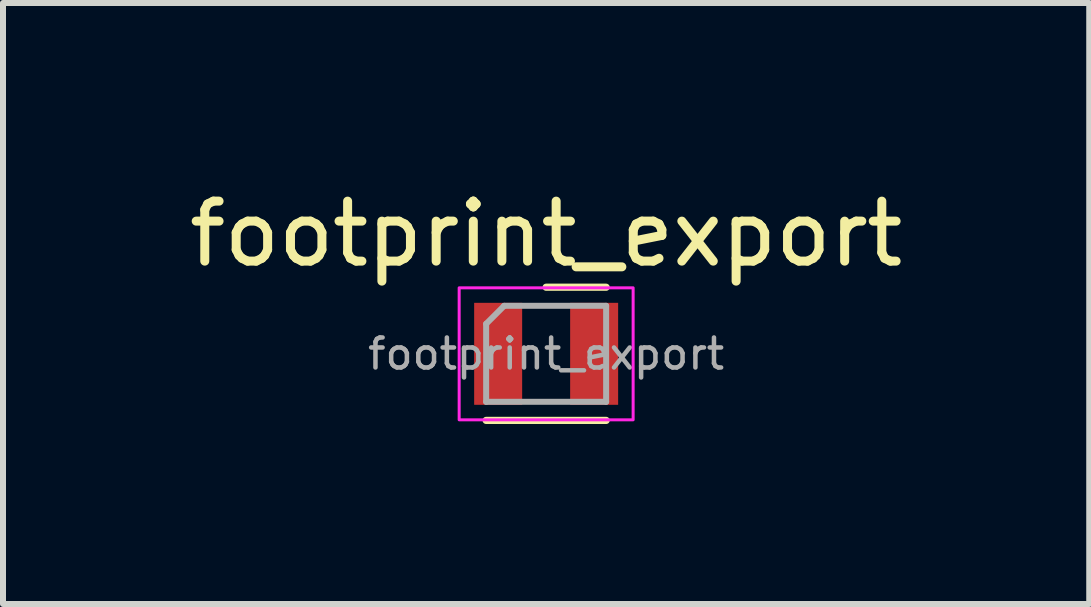
<source format=kicad_pcb>
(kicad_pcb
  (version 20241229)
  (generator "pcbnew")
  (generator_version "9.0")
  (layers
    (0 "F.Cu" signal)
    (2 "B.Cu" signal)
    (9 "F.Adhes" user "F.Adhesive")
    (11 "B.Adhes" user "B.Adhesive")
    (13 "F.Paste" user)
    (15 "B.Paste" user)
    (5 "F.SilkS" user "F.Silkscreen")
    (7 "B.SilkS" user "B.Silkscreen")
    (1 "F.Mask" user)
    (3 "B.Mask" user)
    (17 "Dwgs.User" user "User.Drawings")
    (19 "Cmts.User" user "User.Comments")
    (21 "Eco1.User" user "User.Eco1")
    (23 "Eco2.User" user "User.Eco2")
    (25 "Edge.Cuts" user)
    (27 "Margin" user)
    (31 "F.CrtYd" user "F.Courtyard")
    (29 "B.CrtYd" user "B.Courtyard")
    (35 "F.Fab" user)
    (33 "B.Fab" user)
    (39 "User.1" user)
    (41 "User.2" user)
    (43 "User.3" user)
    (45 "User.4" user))
  (footprint "footprint_export"
    (layer "F.Cu")
    (at 6.054 2.848)
    (property "Reference" "footprint_export" (at 0 -2 0) (unlocked yes) (layer "F.SilkS") (effects (font (size 1 1) (thickness 0.15))))
    (attr smd)
    (fp_line (start -1 1.11) (end 1 1.11) (stroke (width 0.12) (type solid)) (layer "F.SilkS"))
    (fp_line (start 0 -1.11) (end 1 -1.11) (stroke (width 0.12) (type solid)) (layer "F.SilkS"))
    (fp_rect (start -1.45 -1.1) (end 1.45 1.1) (stroke (width 0.05) (type solid)) (fill no) (layer "F.CrtYd"))
    (fp_line (start -1 -0.5) (end -1 0.8) (stroke (width 0.1) (type solid)) (layer "F.Fab"))
    (fp_line (start -1 0.8) (end 1 0.8) (stroke (width 0.1) (type solid)) (layer "F.Fab"))
    (fp_line (start -0.7 -0.8) (end -1 -0.5) (stroke (width 0.1) (type solid)) (layer "F.Fab"))
    (fp_line (start -0.7 -0.8) (end 1 -0.8) (stroke (width 0.1) (type solid)) (layer "F.Fab"))
    (fp_line (start 1 -0.8) (end 1 0.8) (stroke (width 0.1) (type solid)) (layer "F.Fab"))
    (fp_text user "${REFERENCE}" (at 0 0 0) (unlocked yes) (layer "F.Fab") (effects (font (size 0.5 0.5) (thickness 0.075))))
    (pad "1" smd rect (at -0.8 0) (size 0.8 1.7) (layers "F.Cu" "F.Mask" "F.Paste"))
    (pad "2" smd rect (at 0.8 0) (size 0.8 1.7) (layers "F.Cu" "F.Mask" "F.Paste")))
  (gr_rect
    (start -3 -3)
    (end 15.107 7.018)
    (stroke (width 0.1) (type default))
    (fill no)
    (layer "Edge.Cuts")))
</source>
